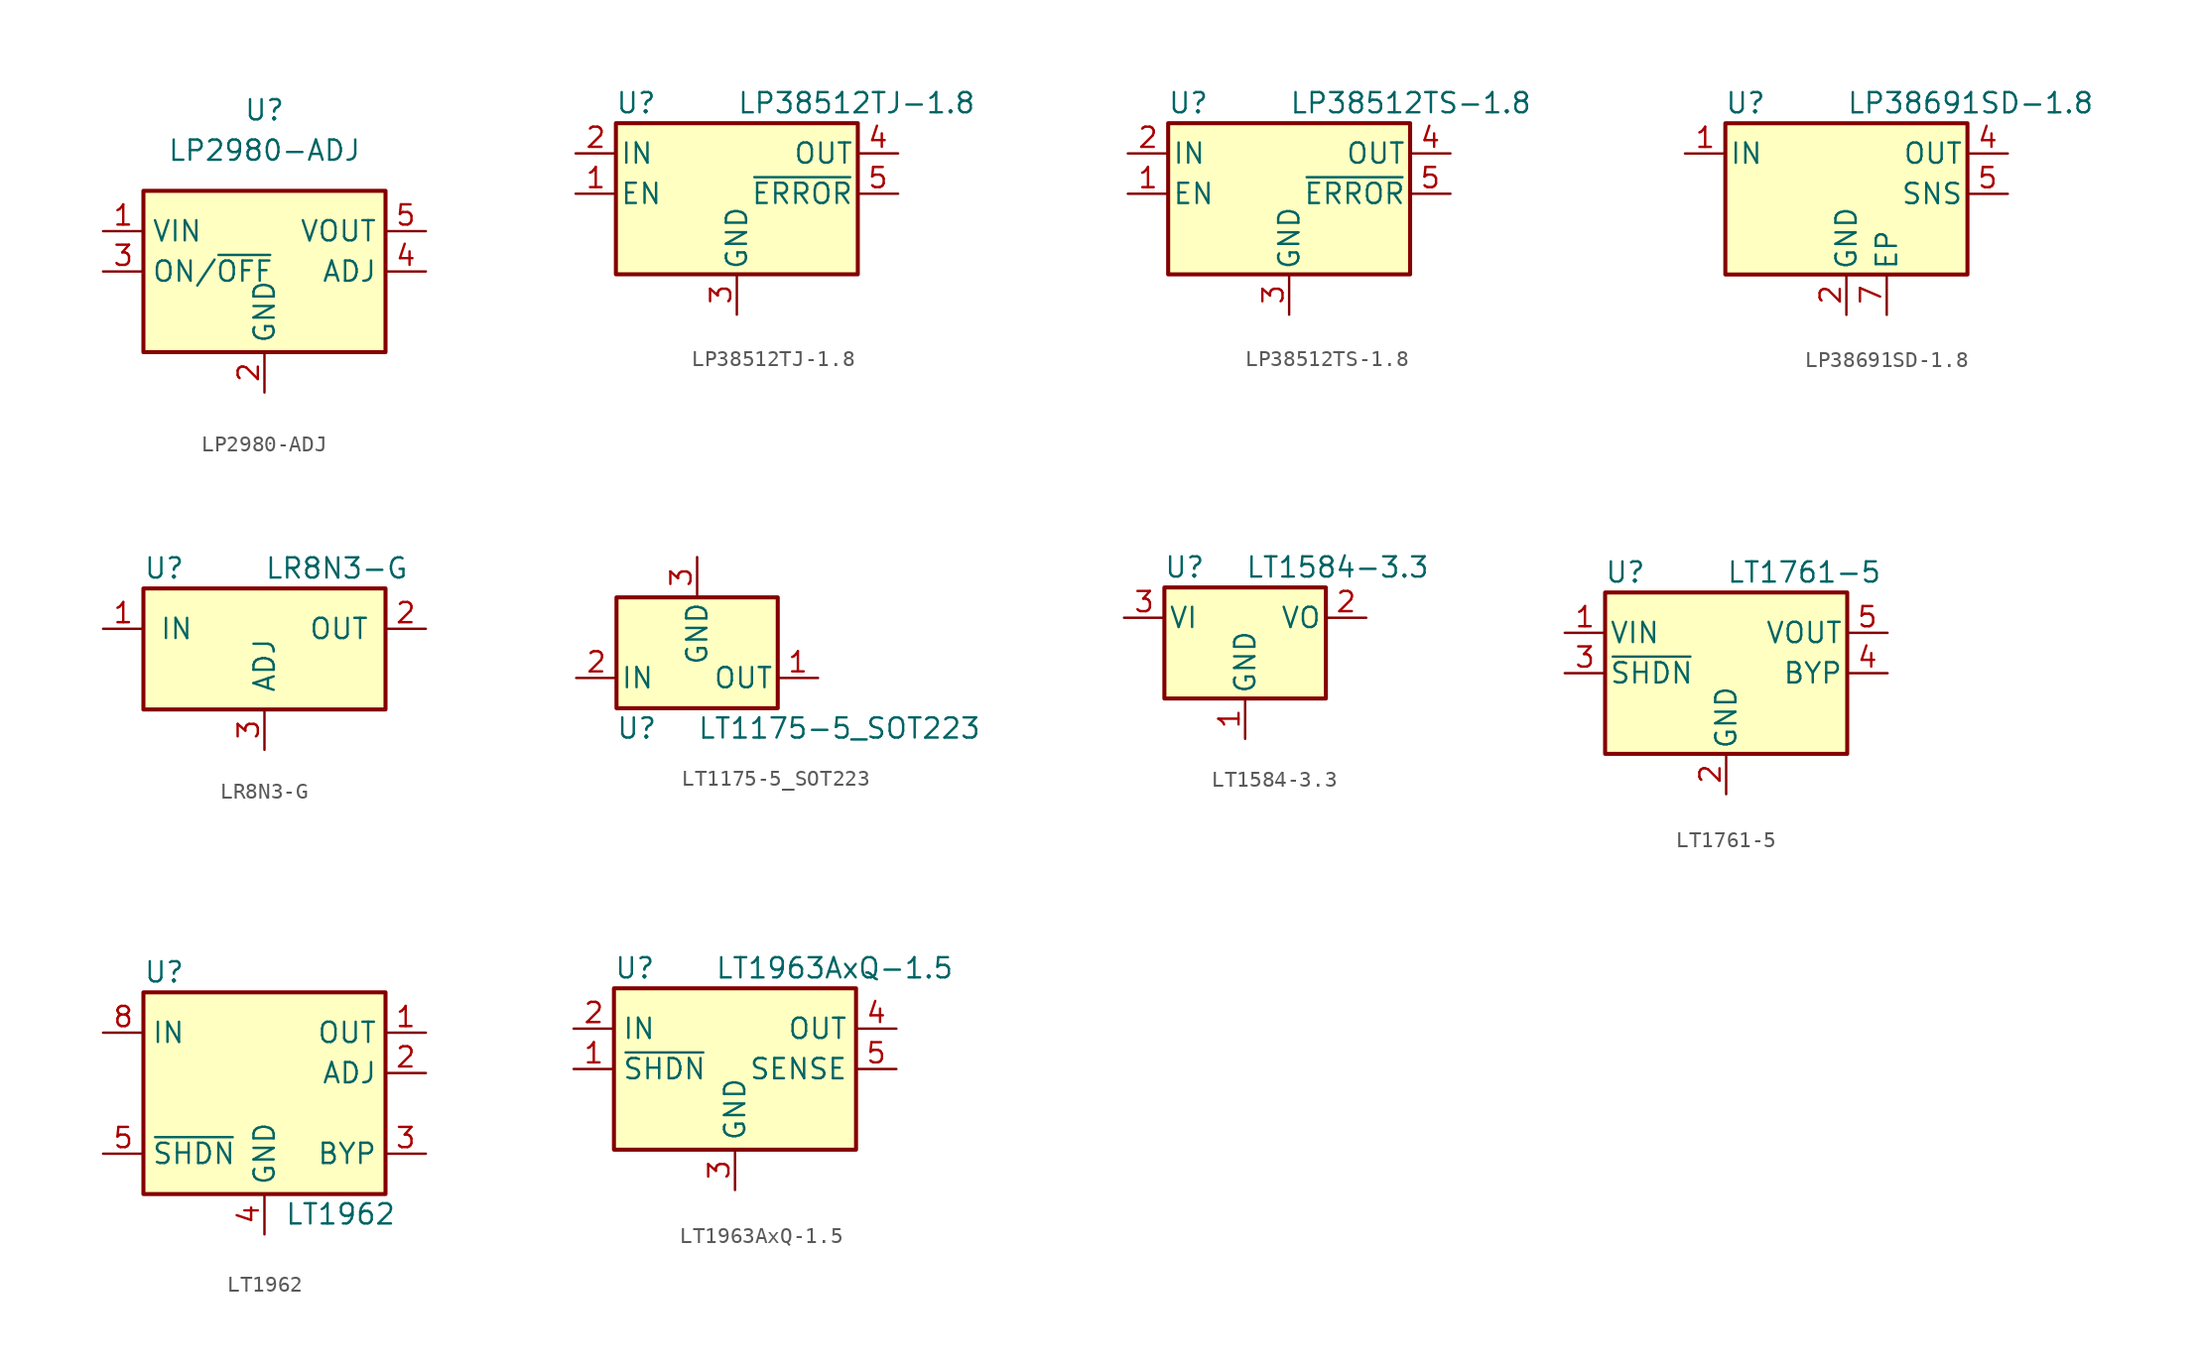
<source format=kicad_sym>
(kicad_symbol_lib
  (version 20220914)
  (generator kicad_symbol_editor)
  (symbol "LP2980-ADJ"
    (property "Reference" "U"
      (at 0 10.16 0)
      (effects (font (size 1.27 1.27))))
    (property "Value" "LP2980-ADJ"
      (at 0 7.62 0)
      (effects (font (size 1.27 1.27))))
    (symbol "LP2980-ADJ_0_1"
      (rectangle (start -7.62 5.08) (end 7.62 -5.08) (stroke (width 0.254) (type solid)) (fill (type background))))
    (symbol "LP2980-ADJ_1_1"
      (pin power_in line (at -10.16 2.54 0) (length 2.54) (name "VIN" (effects (font (size 1.27 1.27)))) (number "1" (effects (font (size 1.27 1.27)))))
      (pin power_in line (at 0 -7.62 90) (length 2.54) (name "GND" (effects (font (size 1.27 1.27)))) (number "2" (effects (font (size 1.27 1.27)))))
      (pin input line (at -10.16 0 0) (length 2.54) (name "ON/~{OFF}" (effects (font (size 1.27 1.27)))) (number "3" (effects (font (size 1.27 1.27)))))
      (pin input line (at 10.16 0 180) (length 2.54) (name "ADJ" (effects (font (size 1.27 1.27)))) (number "4" (effects (font (size 1.27 1.27)))))
      (pin power_out line (at 10.16 2.54 180) (length 2.54) (name "VOUT" (effects (font (size 1.27 1.27)))) (number "5" (effects (font (size 1.27 1.27)))))))
  (symbol "LP38512TJ-1.8"
    (pin_names
      (offset 0.254))
    (property "Reference" "U"
      (at -6.35 5.715 0)
      (effects (font (size 1.27 1.27))))
    (property "Value" "LP38512TJ-1.8"
      (at 0 5.715 0)
      (effects (font (size 1.27 1.27)) (justify left)))
    (symbol "LP38512TJ-1.8_0_1"
      (rectangle (start -7.62 -5.08) (end 7.62 4.445) (stroke (width 0.254) (type solid)) (fill (type background))))
    (symbol "LP38512TJ-1.8_1_1"
      (pin input line (at -10.16 0 0) (length 2.54) (name "EN" (effects (font (size 1.27 1.27)))) (number "1" (effects (font (size 1.27 1.27)))))
      (pin power_in line (at -10.16 2.54 0) (length 2.54) (name "IN" (effects (font (size 1.27 1.27)))) (number "2" (effects (font (size 1.27 1.27)))))
      (pin power_in line (at 0 -7.62 90) (length 2.54) (name "GND" (effects (font (size 1.27 1.27)))) (number "3" (effects (font (size 1.27 1.27)))))
      (pin power_out line (at 10.16 2.54 180) (length 2.54) (name "OUT" (effects (font (size 1.27 1.27)))) (number "4" (effects (font (size 1.27 1.27)))))
      (pin open_collector line (at 10.16 0 180) (length 2.54) (name "~{ERROR}" (effects (font (size 1.27 1.27)))) (number "5" (effects (font (size 1.27 1.27)))))
      (pin passive line (at 0 -7.62 90) (length 2.54) hide (name "GND" (effects (font (size 1.27 1.27)))) (number "6" (effects (font (size 1.27 1.27)))))))
  (symbol "LP38512TS-1.8"
    (pin_names
      (offset 0.254))
    (property "Reference" "U"
      (at -6.35 5.715 0)
      (effects (font (size 1.27 1.27))))
    (property "Value" "LP38512TS-1.8"
      (at 0 5.715 0)
      (effects (font (size 1.27 1.27)) (justify left)))
    (symbol "LP38512TS-1.8_0_1"
      (rectangle (start -7.62 -5.08) (end 7.62 4.445) (stroke (width 0.254) (type solid)) (fill (type background))))
    (symbol "LP38512TS-1.8_1_1"
      (pin input line (at -10.16 0 0) (length 2.54) (name "EN" (effects (font (size 1.27 1.27)))) (number "1" (effects (font (size 1.27 1.27)))))
      (pin power_in line (at -10.16 2.54 0) (length 2.54) (name "IN" (effects (font (size 1.27 1.27)))) (number "2" (effects (font (size 1.27 1.27)))))
      (pin power_in line (at 0 -7.62 90) (length 2.54) (name "GND" (effects (font (size 1.27 1.27)))) (number "3" (effects (font (size 1.27 1.27)))))
      (pin power_out line (at 10.16 2.54 180) (length 2.54) (name "OUT" (effects (font (size 1.27 1.27)))) (number "4" (effects (font (size 1.27 1.27)))))
      (pin open_collector line (at 10.16 0 180) (length 2.54) (name "~{ERROR}" (effects (font (size 1.27 1.27)))) (number "5" (effects (font (size 1.27 1.27)))))
      (pin passive line (at 0 -7.62 90) (length 2.54) hide (name "GND" (effects (font (size 1.27 1.27)))) (number "6" (effects (font (size 1.27 1.27)))))))
  (symbol "LP38691SD-1.8"
    (pin_names
      (offset 0.254))
    (property "Reference" "U"
      (at -6.35 5.715 0)
      (effects (font (size 1.27 1.27))))
    (property "Value" "LP38691SD-1.8"
      (at 0 5.715 0)
      (effects (font (size 1.27 1.27)) (justify left)))
    (symbol "LP38691SD-1.8_0_1"
      (rectangle (start -7.62 -5.08) (end 7.62 4.445) (stroke (width 0.254) (type solid)) (fill (type background))))
    (symbol "LP38691SD-1.8_1_1"
      (pin power_in line (at -10.16 2.54 0) (length 2.54) (name "IN" (effects (font (size 1.27 1.27)))) (number "1" (effects (font (size 1.27 1.27)))))
      (pin power_in line (at 0 -7.62 90) (length 2.54) (name "GND" (effects (font (size 1.27 1.27)))) (number "2" (effects (font (size 1.27 1.27)))))
      (pin no_connect line (at -7.62 0 0) (length 2.54) hide (name "NC" (effects (font (size 1.27 1.27)))) (number "3" (effects (font (size 1.27 1.27)))))
      (pin power_out line (at 10.16 2.54 180) (length 2.54) (name "OUT" (effects (font (size 1.27 1.27)))) (number "4" (effects (font (size 1.27 1.27)))))
      (pin input line (at 10.16 0 180) (length 2.54) (name "SNS" (effects (font (size 1.27 1.27)))) (number "5" (effects (font (size 1.27 1.27)))))
      (pin passive line (at -10.16 2.54 0) (length 2.54) hide (name "IN" (effects (font (size 1.27 1.27)))) (number "6" (effects (font (size 1.27 1.27)))))
      (pin passive line (at 2.54 -7.62 90) (length 2.54) (name "EP" (effects (font (size 1.27 1.27)))) (number "7" (effects (font (size 1.27 1.27)))))))
  (symbol "LR8N3-G"
    (pin_names
      (offset 1.016))
    (property "Reference" "U"
      (at -7.62 3.81 0)
      (effects (font (size 1.27 1.27)) (justify left)))
    (property "Value" "LR8N3-G"
      (at 0 3.81 0)
      (effects (font (size 1.27 1.27)) (justify left)))
    (symbol "LR8N3-G_0_1"
      (rectangle (start -7.62 2.54) (end 7.62 -5.08) (stroke (width 0.254) (type solid)) (fill (type background))))
    (symbol "LR8N3-G_1_1"
      (pin input line (at -10.16 0 0) (length 2.54) (name "IN" (effects (font (size 1.27 1.27)))) (number "1" (effects (font (size 1.27 1.27)))))
      (pin power_out line (at 10.16 0 180) (length 2.54) (name "OUT" (effects (font (size 1.27 1.27)))) (number "2" (effects (font (size 1.27 1.27)))))
      (pin input line (at 0 -7.62 90) (length 2.54) (name "ADJ" (effects (font (size 1.27 1.27)))) (number "3" (effects (font (size 1.27 1.27)))))))
  (symbol "LT1175-5_SOT223"
    (pin_names
      (offset 0.254))
    (property "Reference" "U"
      (at -3.81 -3.175 0)
      (effects (font (size 1.27 1.27))))
    (property "Value" "LT1175-5_SOT223"
      (at 0 -3.175 0)
      (effects (font (size 1.27 1.27)) (justify left)))
    (symbol "LT1175-5_SOT223_0_1"
      (rectangle (start -5.08 -1.905) (end 5.08 5.08) (stroke (width 0.254) (type solid)) (fill (type background))))
    (symbol "LT1175-5_SOT223_1_1"
      (pin power_out line (at 7.62 0 180) (length 2.54) (name "OUT" (effects (font (size 1.27 1.27)))) (number "1" (effects (font (size 1.27 1.27)))))
      (pin power_in line (at -7.62 0 0) (length 2.54) (name "IN" (effects (font (size 1.27 1.27)))) (number "2" (effects (font (size 1.27 1.27)))))
      (pin power_in line (at 0 7.62 270) (length 2.54) (name "GND" (effects (font (size 1.27 1.27)))) (number "3" (effects (font (size 1.27 1.27)))))))
  (symbol "LT1584-3.3"
    (pin_names
      (offset 0.254))
    (property "Reference" "U"
      (at -3.81 3.175 0)
      (effects (font (size 1.27 1.27))))
    (property "Value" "LT1584-3.3"
      (at 0 3.175 0)
      (effects (font (size 1.27 1.27)) (justify left)))
    (symbol "LT1584-3.3_0_1"
      (rectangle (start -5.08 1.905) (end 5.08 -5.08) (stroke (width 0.254) (type solid)) (fill (type background))))
    (symbol "LT1584-3.3_1_1"
      (pin power_in line (at 0 -7.62 90) (length 2.54) (name "GND" (effects (font (size 1.27 1.27)))) (number "1" (effects (font (size 1.27 1.27)))))
      (pin power_out line (at 7.62 0 180) (length 2.54) (name "VO" (effects (font (size 1.27 1.27)))) (number "2" (effects (font (size 1.27 1.27)))))
      (pin power_in line (at -7.62 0 0) (length 2.54) (name "VI" (effects (font (size 1.27 1.27)))) (number "3" (effects (font (size 1.27 1.27)))))))
  (symbol "LT1761-5"
    (pin_names
      (offset 0.254))
    (property "Reference" "U"
      (at -6.35 6.35 0)
      (effects (font (size 1.27 1.27))))
    (property "Value" "LT1761-5"
      (at 0 6.35 0)
      (effects (font (size 1.27 1.27)) (justify left)))
    (symbol "LT1761-5_0_1"
      (rectangle (start -7.62 5.08) (end 7.62 -5.08) (stroke (width 0.254) (type solid)) (fill (type background))))
    (symbol "LT1761-5_1_1"
      (pin power_in line (at -10.16 2.54 0) (length 2.54) (name "VIN" (effects (font (size 1.27 1.27)))) (number "1" (effects (font (size 1.27 1.27)))))
      (pin power_in line (at 0 -7.62 90) (length 2.54) (name "GND" (effects (font (size 1.27 1.27)))) (number "2" (effects (font (size 1.27 1.27)))))
      (pin input line (at -10.16 0 0) (length 2.54) (name "~{SHDN}" (effects (font (size 1.27 1.27)))) (number "3" (effects (font (size 1.27 1.27)))))
      (pin passive line (at 10.16 0 180) (length 2.54) (name "BYP" (effects (font (size 1.27 1.27)))) (number "4" (effects (font (size 1.27 1.27)))))
      (pin power_out line (at 10.16 2.54 180) (length 2.54) (name "VOUT" (effects (font (size 1.27 1.27)))) (number "5" (effects (font (size 1.27 1.27)))))))
  (symbol "LT1962"
    (property "Reference" "U"
      (at -7.62 8.89 0)
      (effects (font (size 1.27 1.27)) (justify left)))
    (property "Value" "LT1962"
      (at 1.27 -6.35 0)
      (effects (font (size 1.27 1.27)) (justify left)))
    (symbol "LT1962_0_1"
      (rectangle (start -7.62 7.62) (end 7.62 -5.08) (stroke (width 0.254) (type solid)) (fill (type background))))
    (symbol "LT1962_1_1"
      (pin power_out line (at 10.16 5.08 180) (length 2.54) (name "OUT" (effects (font (size 1.27 1.27)))) (number "1" (effects (font (size 1.27 1.27)))))
      (pin input line (at 10.16 2.54 180) (length 2.54) (name "ADJ" (effects (font (size 1.27 1.27)))) (number "2" (effects (font (size 1.27 1.27)))))
      (pin passive line (at 10.16 -2.54 180) (length 2.54) (name "BYP" (effects (font (size 1.27 1.27)))) (number "3" (effects (font (size 1.27 1.27)))))
      (pin power_in line (at 0 -7.62 90) (length 2.54) (name "GND" (effects (font (size 1.27 1.27)))) (number "4" (effects (font (size 1.27 1.27)))))
      (pin input line (at -10.16 -2.54 0) (length 2.54) (name "~{SHDN}" (effects (font (size 1.27 1.27)))) (number "5" (effects (font (size 1.27 1.27)))))
      (pin no_connect line (at 2.54 5.08 90) (length 2.54) hide (name "NC" (effects (font (size 1.27 1.27)))) (number "6" (effects (font (size 1.27 1.27)))))
      (pin no_connect line (at 2.54 2.54 90) (length 2.54) hide (name "NC" (effects (font (size 1.27 1.27)))) (number "7" (effects (font (size 1.27 1.27)))))
      (pin power_in line (at -10.16 5.08 0) (length 2.54) (name "IN" (effects (font (size 1.27 1.27)))) (number "8" (effects (font (size 1.27 1.27)))))))
  (symbol "LT1963AxQ-1.5"
    (property "Reference" "U"
      (at -7.62 6.35 0)
      (effects (font (size 1.27 1.27)) (justify left)))
    (property "Value" "LT1963AxQ-1.5"
      (at -1.27 6.35 0)
      (effects (font (size 1.27 1.27)) (justify left)))
    (symbol "LT1963AxQ-1.5_0_1"
      (rectangle (start -7.62 5.08) (end 7.62 -5.08) (stroke (width 0.254) (type solid)) (fill (type background))))
    (symbol "LT1963AxQ-1.5_1_1"
      (pin input line (at -10.16 0 0) (length 2.54) (name "~{SHDN}" (effects (font (size 1.27 1.27)))) (number "1" (effects (font (size 1.27 1.27)))))
      (pin power_in line (at -10.16 2.54 0) (length 2.54) (name "IN" (effects (font (size 1.27 1.27)))) (number "2" (effects (font (size 1.27 1.27)))))
      (pin power_in line (at 0 -7.62 90) (length 2.54) (name "GND" (effects (font (size 1.27 1.27)))) (number "3" (effects (font (size 1.27 1.27)))))
      (pin power_out line (at 10.16 2.54 180) (length 2.54) (name "OUT" (effects (font (size 1.27 1.27)))) (number "4" (effects (font (size 1.27 1.27)))))
      (pin input line (at 10.16 0 180) (length 2.54) (name "SENSE" (effects (font (size 1.27 1.27)))) (number "5" (effects (font (size 1.27 1.27))))))))
</source>
